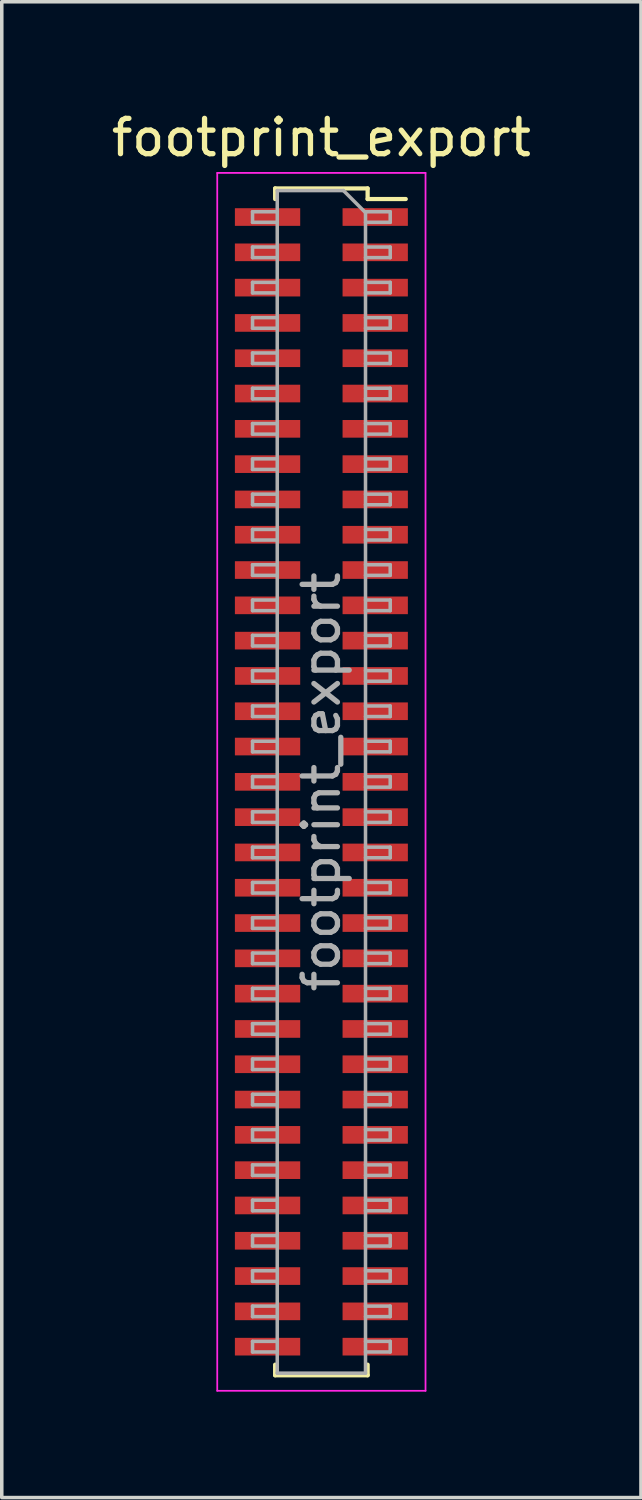
<source format=kicad_pcb>
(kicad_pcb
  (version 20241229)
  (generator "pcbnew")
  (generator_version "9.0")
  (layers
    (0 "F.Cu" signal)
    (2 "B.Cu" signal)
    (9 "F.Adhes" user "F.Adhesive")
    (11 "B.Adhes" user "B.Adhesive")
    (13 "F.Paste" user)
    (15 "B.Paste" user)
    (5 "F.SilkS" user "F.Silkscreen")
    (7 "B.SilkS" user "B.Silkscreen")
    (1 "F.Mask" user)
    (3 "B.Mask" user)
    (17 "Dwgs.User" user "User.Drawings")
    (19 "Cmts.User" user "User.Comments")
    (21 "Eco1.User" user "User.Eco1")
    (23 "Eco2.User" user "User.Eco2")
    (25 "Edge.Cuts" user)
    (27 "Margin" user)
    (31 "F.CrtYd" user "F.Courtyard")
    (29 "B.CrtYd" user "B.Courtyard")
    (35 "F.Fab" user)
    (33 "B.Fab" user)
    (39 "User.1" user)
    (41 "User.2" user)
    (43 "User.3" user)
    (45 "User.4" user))
  (footprint "footprint_export"
    (layer "F.Cu")
    (at 6.054 19.098)
    (property "Reference" "footprint_export" (at 0 -18.25 0) (layer "F.SilkS") (effects (font (size 1 1) (thickness 0.15))))
    (attr smd)
    (fp_line (start -1.31 -16.81) (end -1.31 -16.51) (stroke (width 0.12) (type solid)) (layer "F.SilkS"))
    (fp_line (start -1.31 -16.81) (end 1.31 -16.81) (stroke (width 0.12) (type solid)) (layer "F.SilkS"))
    (fp_line (start -1.31 16.51) (end -1.31 16.81) (stroke (width 0.12) (type solid)) (layer "F.SilkS"))
    (fp_line (start -1.31 16.81) (end 1.31 16.81) (stroke (width 0.12) (type solid)) (layer "F.SilkS"))
    (fp_line (start 1.31 -16.81) (end 1.31 -16.51) (stroke (width 0.12) (type solid)) (layer "F.SilkS"))
    (fp_line (start 1.31 -16.51) (end 2.39 -16.51) (stroke (width 0.12) (type solid)) (layer "F.SilkS"))
    (fp_line (start 1.31 16.51) (end 1.31 16.81) (stroke (width 0.12) (type solid)) (layer "F.SilkS"))
    (fp_line (start -2.95 -17.25) (end 2.95 -17.25) (stroke (width 0.05) (type solid)) (layer "F.CrtYd"))
    (fp_line (start -2.95 17.25) (end -2.95 -17.25) (stroke (width 0.05) (type solid)) (layer "F.CrtYd"))
    (fp_line (start 2.95 -17.25) (end 2.95 17.25) (stroke (width 0.05) (type solid)) (layer "F.CrtYd"))
    (fp_line (start 2.95 17.25) (end -2.95 17.25) (stroke (width 0.05) (type solid)) (layer "F.CrtYd"))
    (fp_line (start -1.95 -16.15) (end -1.25 -16.15) (stroke (width 0.1) (type solid)) (layer "F.Fab"))
    (fp_line (start -1.95 -15.85) (end -1.95 -16.15) (stroke (width 0.1) (type solid)) (layer "F.Fab"))
    (fp_line (start -1.95 -15.15) (end -1.25 -15.15) (stroke (width 0.1) (type solid)) (layer "F.Fab"))
    (fp_line (start -1.95 -14.85) (end -1.95 -15.15) (stroke (width 0.1) (type solid)) (layer "F.Fab"))
    (fp_line (start -1.95 -14.15) (end -1.25 -14.15) (stroke (width 0.1) (type solid)) (layer "F.Fab"))
    (fp_line (start -1.95 -13.85) (end -1.95 -14.15) (stroke (width 0.1) (type solid)) (layer "F.Fab"))
    (fp_line (start -1.95 -13.15) (end -1.25 -13.15) (stroke (width 0.1) (type solid)) (layer "F.Fab"))
    (fp_line (start -1.95 -12.85) (end -1.95 -13.15) (stroke (width 0.1) (type solid)) (layer "F.Fab"))
    (fp_line (start -1.95 -12.15) (end -1.25 -12.15) (stroke (width 0.1) (type solid)) (layer "F.Fab"))
    (fp_line (start -1.95 -11.85) (end -1.95 -12.15) (stroke (width 0.1) (type solid)) (layer "F.Fab"))
    (fp_line (start -1.95 -11.15) (end -1.25 -11.15) (stroke (width 0.1) (type solid)) (layer "F.Fab"))
    (fp_line (start -1.95 -10.85) (end -1.95 -11.15) (stroke (width 0.1) (type solid)) (layer "F.Fab"))
    (fp_line (start -1.95 -10.15) (end -1.25 -10.15) (stroke (width 0.1) (type solid)) (layer "F.Fab"))
    (fp_line (start -1.95 -9.85) (end -1.95 -10.15) (stroke (width 0.1) (type solid)) (layer "F.Fab"))
    (fp_line (start -1.95 -9.15) (end -1.25 -9.15) (stroke (width 0.1) (type solid)) (layer "F.Fab"))
    (fp_line (start -1.95 -8.85) (end -1.95 -9.15) (stroke (width 0.1) (type solid)) (layer "F.Fab"))
    (fp_line (start -1.95 -8.15) (end -1.25 -8.15) (stroke (width 0.1) (type solid)) (layer "F.Fab"))
    (fp_line (start -1.95 -7.85) (end -1.95 -8.15) (stroke (width 0.1) (type solid)) (layer "F.Fab"))
    (fp_line (start -1.95 -7.15) (end -1.25 -7.15) (stroke (width 0.1) (type solid)) (layer "F.Fab"))
    (fp_line (start -1.95 -6.85) (end -1.95 -7.15) (stroke (width 0.1) (type solid)) (layer "F.Fab"))
    (fp_line (start -1.95 -6.15) (end -1.25 -6.15) (stroke (width 0.1) (type solid)) (layer "F.Fab"))
    (fp_line (start -1.95 -5.85) (end -1.95 -6.15) (stroke (width 0.1) (type solid)) (layer "F.Fab"))
    (fp_line (start -1.95 -5.15) (end -1.25 -5.15) (stroke (width 0.1) (type solid)) (layer "F.Fab"))
    (fp_line (start -1.95 -4.85) (end -1.95 -5.15) (stroke (width 0.1) (type solid)) (layer "F.Fab"))
    (fp_line (start -1.95 -4.15) (end -1.25 -4.15) (stroke (width 0.1) (type solid)) (layer "F.Fab"))
    (fp_line (start -1.95 -3.85) (end -1.95 -4.15) (stroke (width 0.1) (type solid)) (layer "F.Fab"))
    (fp_line (start -1.95 -3.15) (end -1.25 -3.15) (stroke (width 0.1) (type solid)) (layer "F.Fab"))
    (fp_line (start -1.95 -2.85) (end -1.95 -3.15) (stroke (width 0.1) (type solid)) (layer "F.Fab"))
    (fp_line (start -1.95 -2.15) (end -1.25 -2.15) (stroke (width 0.1) (type solid)) (layer "F.Fab"))
    (fp_line (start -1.95 -1.85) (end -1.95 -2.15) (stroke (width 0.1) (type solid)) (layer "F.Fab"))
    (fp_line (start -1.95 -1.15) (end -1.25 -1.15) (stroke (width 0.1) (type solid)) (layer "F.Fab"))
    (fp_line (start -1.95 -0.85) (end -1.95 -1.15) (stroke (width 0.1) (type solid)) (layer "F.Fab"))
    (fp_line (start -1.95 -0.15) (end -1.25 -0.15) (stroke (width 0.1) (type solid)) (layer "F.Fab"))
    (fp_line (start -1.95 0.15) (end -1.95 -0.15) (stroke (width 0.1) (type solid)) (layer "F.Fab"))
    (fp_line (start -1.95 0.85) (end -1.25 0.85) (stroke (width 0.1) (type solid)) (layer "F.Fab"))
    (fp_line (start -1.95 1.15) (end -1.95 0.85) (stroke (width 0.1) (type solid)) (layer "F.Fab"))
    (fp_line (start -1.95 1.85) (end -1.25 1.85) (stroke (width 0.1) (type solid)) (layer "F.Fab"))
    (fp_line (start -1.95 2.15) (end -1.95 1.85) (stroke (width 0.1) (type solid)) (layer "F.Fab"))
    (fp_line (start -1.95 2.85) (end -1.25 2.85) (stroke (width 0.1) (type solid)) (layer "F.Fab"))
    (fp_line (start -1.95 3.15) (end -1.95 2.85) (stroke (width 0.1) (type solid)) (layer "F.Fab"))
    (fp_line (start -1.95 3.85) (end -1.25 3.85) (stroke (width 0.1) (type solid)) (layer "F.Fab"))
    (fp_line (start -1.95 4.15) (end -1.95 3.85) (stroke (width 0.1) (type solid)) (layer "F.Fab"))
    (fp_line (start -1.95 4.85) (end -1.25 4.85) (stroke (width 0.1) (type solid)) (layer "F.Fab"))
    (fp_line (start -1.95 5.15) (end -1.95 4.85) (stroke (width 0.1) (type solid)) (layer "F.Fab"))
    (fp_line (start -1.95 5.85) (end -1.25 5.85) (stroke (width 0.1) (type solid)) (layer "F.Fab"))
    (fp_line (start -1.95 6.15) (end -1.95 5.85) (stroke (width 0.1) (type solid)) (layer "F.Fab"))
    (fp_line (start -1.95 6.85) (end -1.25 6.85) (stroke (width 0.1) (type solid)) (layer "F.Fab"))
    (fp_line (start -1.95 7.15) (end -1.95 6.85) (stroke (width 0.1) (type solid)) (layer "F.Fab"))
    (fp_line (start -1.95 7.85) (end -1.25 7.85) (stroke (width 0.1) (type solid)) (layer "F.Fab"))
    (fp_line (start -1.95 8.15) (end -1.95 7.85) (stroke (width 0.1) (type solid)) (layer "F.Fab"))
    (fp_line (start -1.95 8.85) (end -1.25 8.85) (stroke (width 0.1) (type solid)) (layer "F.Fab"))
    (fp_line (start -1.95 9.15) (end -1.95 8.85) (stroke (width 0.1) (type solid)) (layer "F.Fab"))
    (fp_line (start -1.95 9.85) (end -1.25 9.85) (stroke (width 0.1) (type solid)) (layer "F.Fab"))
    (fp_line (start -1.95 10.15) (end -1.95 9.85) (stroke (width 0.1) (type solid)) (layer "F.Fab"))
    (fp_line (start -1.95 10.85) (end -1.25 10.85) (stroke (width 0.1) (type solid)) (layer "F.Fab"))
    (fp_line (start -1.95 11.15) (end -1.95 10.85) (stroke (width 0.1) (type solid)) (layer "F.Fab"))
    (fp_line (start -1.95 11.85) (end -1.25 11.85) (stroke (width 0.1) (type solid)) (layer "F.Fab"))
    (fp_line (start -1.95 12.15) (end -1.95 11.85) (stroke (width 0.1) (type solid)) (layer "F.Fab"))
    (fp_line (start -1.95 12.85) (end -1.25 12.85) (stroke (width 0.1) (type solid)) (layer "F.Fab"))
    (fp_line (start -1.95 13.15) (end -1.95 12.85) (stroke (width 0.1) (type solid)) (layer "F.Fab"))
    (fp_line (start -1.95 13.85) (end -1.25 13.85) (stroke (width 0.1) (type solid)) (layer "F.Fab"))
    (fp_line (start -1.95 14.15) (end -1.95 13.85) (stroke (width 0.1) (type solid)) (layer "F.Fab"))
    (fp_line (start -1.95 14.85) (end -1.25 14.85) (stroke (width 0.1) (type solid)) (layer "F.Fab"))
    (fp_line (start -1.95 15.15) (end -1.95 14.85) (stroke (width 0.1) (type solid)) (layer "F.Fab"))
    (fp_line (start -1.95 15.85) (end -1.25 15.85) (stroke (width 0.1) (type solid)) (layer "F.Fab"))
    (fp_line (start -1.95 16.15) (end -1.95 15.85) (stroke (width 0.1) (type solid)) (layer "F.Fab"))
    (fp_line (start -1.25 -16.75) (end 0.625 -16.75) (stroke (width 0.1) (type solid)) (layer "F.Fab"))
    (fp_line (start -1.25 -15.85) (end -1.95 -15.85) (stroke (width 0.1) (type solid)) (layer "F.Fab"))
    (fp_line (start -1.25 -14.85) (end -1.95 -14.85) (stroke (width 0.1) (type solid)) (layer "F.Fab"))
    (fp_line (start -1.25 -13.85) (end -1.95 -13.85) (stroke (width 0.1) (type solid)) (layer "F.Fab"))
    (fp_line (start -1.25 -12.85) (end -1.95 -12.85) (stroke (width 0.1) (type solid)) (layer "F.Fab"))
    (fp_line (start -1.25 -11.85) (end -1.95 -11.85) (stroke (width 0.1) (type solid)) (layer "F.Fab"))
    (fp_line (start -1.25 -10.85) (end -1.95 -10.85) (stroke (width 0.1) (type solid)) (layer "F.Fab"))
    (fp_line (start -1.25 -9.85) (end -1.95 -9.85) (stroke (width 0.1) (type solid)) (layer "F.Fab"))
    (fp_line (start -1.25 -8.85) (end -1.95 -8.85) (stroke (width 0.1) (type solid)) (layer "F.Fab"))
    (fp_line (start -1.25 -7.85) (end -1.95 -7.85) (stroke (width 0.1) (type solid)) (layer "F.Fab"))
    (fp_line (start -1.25 -6.85) (end -1.95 -6.85) (stroke (width 0.1) (type solid)) (layer "F.Fab"))
    (fp_line (start -1.25 -5.85) (end -1.95 -5.85) (stroke (width 0.1) (type solid)) (layer "F.Fab"))
    (fp_line (start -1.25 -4.85) (end -1.95 -4.85) (stroke (width 0.1) (type solid)) (layer "F.Fab"))
    (fp_line (start -1.25 -3.85) (end -1.95 -3.85) (stroke (width 0.1) (type solid)) (layer "F.Fab"))
    (fp_line (start -1.25 -2.85) (end -1.95 -2.85) (stroke (width 0.1) (type solid)) (layer "F.Fab"))
    (fp_line (start -1.25 -1.85) (end -1.95 -1.85) (stroke (width 0.1) (type solid)) (layer "F.Fab"))
    (fp_line (start -1.25 -0.85) (end -1.95 -0.85) (stroke (width 0.1) (type solid)) (layer "F.Fab"))
    (fp_line (start -1.25 0.15) (end -1.95 0.15) (stroke (width 0.1) (type solid)) (layer "F.Fab"))
    (fp_line (start -1.25 1.15) (end -1.95 1.15) (stroke (width 0.1) (type solid)) (layer "F.Fab"))
    (fp_line (start -1.25 2.15) (end -1.95 2.15) (stroke (width 0.1) (type solid)) (layer "F.Fab"))
    (fp_line (start -1.25 3.15) (end -1.95 3.15) (stroke (width 0.1) (type solid)) (layer "F.Fab"))
    (fp_line (start -1.25 4.15) (end -1.95 4.15) (stroke (width 0.1) (type solid)) (layer "F.Fab"))
    (fp_line (start -1.25 5.15) (end -1.95 5.15) (stroke (width 0.1) (type solid)) (layer "F.Fab"))
    (fp_line (start -1.25 6.15) (end -1.95 6.15) (stroke (width 0.1) (type solid)) (layer "F.Fab"))
    (fp_line (start -1.25 7.15) (end -1.95 7.15) (stroke (width 0.1) (type solid)) (layer "F.Fab"))
    (fp_line (start -1.25 8.15) (end -1.95 8.15) (stroke (width 0.1) (type solid)) (layer "F.Fab"))
    (fp_line (start -1.25 9.15) (end -1.95 9.15) (stroke (width 0.1) (type solid)) (layer "F.Fab"))
    (fp_line (start -1.25 10.15) (end -1.95 10.15) (stroke (width 0.1) (type solid)) (layer "F.Fab"))
    (fp_line (start -1.25 11.15) (end -1.95 11.15) (stroke (width 0.1) (type solid)) (layer "F.Fab"))
    (fp_line (start -1.25 12.15) (end -1.95 12.15) (stroke (width 0.1) (type solid)) (layer "F.Fab"))
    (fp_line (start -1.25 13.15) (end -1.95 13.15) (stroke (width 0.1) (type solid)) (layer "F.Fab"))
    (fp_line (start -1.25 14.15) (end -1.95 14.15) (stroke (width 0.1) (type solid)) (layer "F.Fab"))
    (fp_line (start -1.25 15.15) (end -1.95 15.15) (stroke (width 0.1) (type solid)) (layer "F.Fab"))
    (fp_line (start -1.25 16.15) (end -1.95 16.15) (stroke (width 0.1) (type solid)) (layer "F.Fab"))
    (fp_line (start -1.25 16.75) (end -1.25 -16.75) (stroke (width 0.1) (type solid)) (layer "F.Fab"))
    (fp_line (start 0.625 -16.75) (end 1.25 -16.125) (stroke (width 0.1) (type solid)) (layer "F.Fab"))
    (fp_line (start 1.25 -16.15) (end 1.95 -16.15) (stroke (width 0.1) (type solid)) (layer "F.Fab"))
    (fp_line (start 1.25 -16.125) (end 1.25 16.75) (stroke (width 0.1) (type solid)) (layer "F.Fab"))
    (fp_line (start 1.25 -15.15) (end 1.95 -15.15) (stroke (width 0.1) (type solid)) (layer "F.Fab"))
    (fp_line (start 1.25 -14.15) (end 1.95 -14.15) (stroke (width 0.1) (type solid)) (layer "F.Fab"))
    (fp_line (start 1.25 -13.15) (end 1.95 -13.15) (stroke (width 0.1) (type solid)) (layer "F.Fab"))
    (fp_line (start 1.25 -12.15) (end 1.95 -12.15) (stroke (width 0.1) (type solid)) (layer "F.Fab"))
    (fp_line (start 1.25 -11.15) (end 1.95 -11.15) (stroke (width 0.1) (type solid)) (layer "F.Fab"))
    (fp_line (start 1.25 -10.15) (end 1.95 -10.15) (stroke (width 0.1) (type solid)) (layer "F.Fab"))
    (fp_line (start 1.25 -9.15) (end 1.95 -9.15) (stroke (width 0.1) (type solid)) (layer "F.Fab"))
    (fp_line (start 1.25 -8.15) (end 1.95 -8.15) (stroke (width 0.1) (type solid)) (layer "F.Fab"))
    (fp_line (start 1.25 -7.15) (end 1.95 -7.15) (stroke (width 0.1) (type solid)) (layer "F.Fab"))
    (fp_line (start 1.25 -6.15) (end 1.95 -6.15) (stroke (width 0.1) (type solid)) (layer "F.Fab"))
    (fp_line (start 1.25 -5.15) (end 1.95 -5.15) (stroke (width 0.1) (type solid)) (layer "F.Fab"))
    (fp_line (start 1.25 -4.15) (end 1.95 -4.15) (stroke (width 0.1) (type solid)) (layer "F.Fab"))
    (fp_line (start 1.25 -3.15) (end 1.95 -3.15) (stroke (width 0.1) (type solid)) (layer "F.Fab"))
    (fp_line (start 1.25 -2.15) (end 1.95 -2.15) (stroke (width 0.1) (type solid)) (layer "F.Fab"))
    (fp_line (start 1.25 -1.15) (end 1.95 -1.15) (stroke (width 0.1) (type solid)) (layer "F.Fab"))
    (fp_line (start 1.25 -0.15) (end 1.95 -0.15) (stroke (width 0.1) (type solid)) (layer "F.Fab"))
    (fp_line (start 1.25 0.85) (end 1.95 0.85) (stroke (width 0.1) (type solid)) (layer "F.Fab"))
    (fp_line (start 1.25 1.85) (end 1.95 1.85) (stroke (width 0.1) (type solid)) (layer "F.Fab"))
    (fp_line (start 1.25 2.85) (end 1.95 2.85) (stroke (width 0.1) (type solid)) (layer "F.Fab"))
    (fp_line (start 1.25 3.85) (end 1.95 3.85) (stroke (width 0.1) (type solid)) (layer "F.Fab"))
    (fp_line (start 1.25 4.85) (end 1.95 4.85) (stroke (width 0.1) (type solid)) (layer "F.Fab"))
    (fp_line (start 1.25 5.85) (end 1.95 5.85) (stroke (width 0.1) (type solid)) (layer "F.Fab"))
    (fp_line (start 1.25 6.85) (end 1.95 6.85) (stroke (width 0.1) (type solid)) (layer "F.Fab"))
    (fp_line (start 1.25 7.85) (end 1.95 7.85) (stroke (width 0.1) (type solid)) (layer "F.Fab"))
    (fp_line (start 1.25 8.85) (end 1.95 8.85) (stroke (width 0.1) (type solid)) (layer "F.Fab"))
    (fp_line (start 1.25 9.85) (end 1.95 9.85) (stroke (width 0.1) (type solid)) (layer "F.Fab"))
    (fp_line (start 1.25 10.85) (end 1.95 10.85) (stroke (width 0.1) (type solid)) (layer "F.Fab"))
    (fp_line (start 1.25 11.85) (end 1.95 11.85) (stroke (width 0.1) (type solid)) (layer "F.Fab"))
    (fp_line (start 1.25 12.85) (end 1.95 12.85) (stroke (width 0.1) (type solid)) (layer "F.Fab"))
    (fp_line (start 1.25 13.85) (end 1.95 13.85) (stroke (width 0.1) (type solid)) (layer "F.Fab"))
    (fp_line (start 1.25 14.85) (end 1.95 14.85) (stroke (width 0.1) (type solid)) (layer "F.Fab"))
    (fp_line (start 1.25 15.85) (end 1.95 15.85) (stroke (width 0.1) (type solid)) (layer "F.Fab"))
    (fp_line (start 1.25 16.75) (end -1.25 16.75) (stroke (width 0.1) (type solid)) (layer "F.Fab"))
    (fp_line (start 1.95 -16.15) (end 1.95 -15.85) (stroke (width 0.1) (type solid)) (layer "F.Fab"))
    (fp_line (start 1.95 -15.85) (end 1.25 -15.85) (stroke (width 0.1) (type solid)) (layer "F.Fab"))
    (fp_line (start 1.95 -15.15) (end 1.95 -14.85) (stroke (width 0.1) (type solid)) (layer "F.Fab"))
    (fp_line (start 1.95 -14.85) (end 1.25 -14.85) (stroke (width 0.1) (type solid)) (layer "F.Fab"))
    (fp_line (start 1.95 -14.15) (end 1.95 -13.85) (stroke (width 0.1) (type solid)) (layer "F.Fab"))
    (fp_line (start 1.95 -13.85) (end 1.25 -13.85) (stroke (width 0.1) (type solid)) (layer "F.Fab"))
    (fp_line (start 1.95 -13.15) (end 1.95 -12.85) (stroke (width 0.1) (type solid)) (layer "F.Fab"))
    (fp_line (start 1.95 -12.85) (end 1.25 -12.85) (stroke (width 0.1) (type solid)) (layer "F.Fab"))
    (fp_line (start 1.95 -12.15) (end 1.95 -11.85) (stroke (width 0.1) (type solid)) (layer "F.Fab"))
    (fp_line (start 1.95 -11.85) (end 1.25 -11.85) (stroke (width 0.1) (type solid)) (layer "F.Fab"))
    (fp_line (start 1.95 -11.15) (end 1.95 -10.85) (stroke (width 0.1) (type solid)) (layer "F.Fab"))
    (fp_line (start 1.95 -10.85) (end 1.25 -10.85) (stroke (width 0.1) (type solid)) (layer "F.Fab"))
    (fp_line (start 1.95 -10.15) (end 1.95 -9.85) (stroke (width 0.1) (type solid)) (layer "F.Fab"))
    (fp_line (start 1.95 -9.85) (end 1.25 -9.85) (stroke (width 0.1) (type solid)) (layer "F.Fab"))
    (fp_line (start 1.95 -9.15) (end 1.95 -8.85) (stroke (width 0.1) (type solid)) (layer "F.Fab"))
    (fp_line (start 1.95 -8.85) (end 1.25 -8.85) (stroke (width 0.1) (type solid)) (layer "F.Fab"))
    (fp_line (start 1.95 -8.15) (end 1.95 -7.85) (stroke (width 0.1) (type solid)) (layer "F.Fab"))
    (fp_line (start 1.95 -7.85) (end 1.25 -7.85) (stroke (width 0.1) (type solid)) (layer "F.Fab"))
    (fp_line (start 1.95 -7.15) (end 1.95 -6.85) (stroke (width 0.1) (type solid)) (layer "F.Fab"))
    (fp_line (start 1.95 -6.85) (end 1.25 -6.85) (stroke (width 0.1) (type solid)) (layer "F.Fab"))
    (fp_line (start 1.95 -6.15) (end 1.95 -5.85) (stroke (width 0.1) (type solid)) (layer "F.Fab"))
    (fp_line (start 1.95 -5.85) (end 1.25 -5.85) (stroke (width 0.1) (type solid)) (layer "F.Fab"))
    (fp_line (start 1.95 -5.15) (end 1.95 -4.85) (stroke (width 0.1) (type solid)) (layer "F.Fab"))
    (fp_line (start 1.95 -4.85) (end 1.25 -4.85) (stroke (width 0.1) (type solid)) (layer "F.Fab"))
    (fp_line (start 1.95 -4.15) (end 1.95 -3.85) (stroke (width 0.1) (type solid)) (layer "F.Fab"))
    (fp_line (start 1.95 -3.85) (end 1.25 -3.85) (stroke (width 0.1) (type solid)) (layer "F.Fab"))
    (fp_line (start 1.95 -3.15) (end 1.95 -2.85) (stroke (width 0.1) (type solid)) (layer "F.Fab"))
    (fp_line (start 1.95 -2.85) (end 1.25 -2.85) (stroke (width 0.1) (type solid)) (layer "F.Fab"))
    (fp_line (start 1.95 -2.15) (end 1.95 -1.85) (stroke (width 0.1) (type solid)) (layer "F.Fab"))
    (fp_line (start 1.95 -1.85) (end 1.25 -1.85) (stroke (width 0.1) (type solid)) (layer "F.Fab"))
    (fp_line (start 1.95 -1.15) (end 1.95 -0.85) (stroke (width 0.1) (type solid)) (layer "F.Fab"))
    (fp_line (start 1.95 -0.85) (end 1.25 -0.85) (stroke (width 0.1) (type solid)) (layer "F.Fab"))
    (fp_line (start 1.95 -0.15) (end 1.95 0.15) (stroke (width 0.1) (type solid)) (layer "F.Fab"))
    (fp_line (start 1.95 0.15) (end 1.25 0.15) (stroke (width 0.1) (type solid)) (layer "F.Fab"))
    (fp_line (start 1.95 0.85) (end 1.95 1.15) (stroke (width 0.1) (type solid)) (layer "F.Fab"))
    (fp_line (start 1.95 1.15) (end 1.25 1.15) (stroke (width 0.1) (type solid)) (layer "F.Fab"))
    (fp_line (start 1.95 1.85) (end 1.95 2.15) (stroke (width 0.1) (type solid)) (layer "F.Fab"))
    (fp_line (start 1.95 2.15) (end 1.25 2.15) (stroke (width 0.1) (type solid)) (layer "F.Fab"))
    (fp_line (start 1.95 2.85) (end 1.95 3.15) (stroke (width 0.1) (type solid)) (layer "F.Fab"))
    (fp_line (start 1.95 3.15) (end 1.25 3.15) (stroke (width 0.1) (type solid)) (layer "F.Fab"))
    (fp_line (start 1.95 3.85) (end 1.95 4.15) (stroke (width 0.1) (type solid)) (layer "F.Fab"))
    (fp_line (start 1.95 4.15) (end 1.25 4.15) (stroke (width 0.1) (type solid)) (layer "F.Fab"))
    (fp_line (start 1.95 4.85) (end 1.95 5.15) (stroke (width 0.1) (type solid)) (layer "F.Fab"))
    (fp_line (start 1.95 5.15) (end 1.25 5.15) (stroke (width 0.1) (type solid)) (layer "F.Fab"))
    (fp_line (start 1.95 5.85) (end 1.95 6.15) (stroke (width 0.1) (type solid)) (layer "F.Fab"))
    (fp_line (start 1.95 6.15) (end 1.25 6.15) (stroke (width 0.1) (type solid)) (layer "F.Fab"))
    (fp_line (start 1.95 6.85) (end 1.95 7.15) (stroke (width 0.1) (type solid)) (layer "F.Fab"))
    (fp_line (start 1.95 7.15) (end 1.25 7.15) (stroke (width 0.1) (type solid)) (layer "F.Fab"))
    (fp_line (start 1.95 7.85) (end 1.95 8.15) (stroke (width 0.1) (type solid)) (layer "F.Fab"))
    (fp_line (start 1.95 8.15) (end 1.25 8.15) (stroke (width 0.1) (type solid)) (layer "F.Fab"))
    (fp_line (start 1.95 8.85) (end 1.95 9.15) (stroke (width 0.1) (type solid)) (layer "F.Fab"))
    (fp_line (start 1.95 9.15) (end 1.25 9.15) (stroke (width 0.1) (type solid)) (layer "F.Fab"))
    (fp_line (start 1.95 9.85) (end 1.95 10.15) (stroke (width 0.1) (type solid)) (layer "F.Fab"))
    (fp_line (start 1.95 10.15) (end 1.25 10.15) (stroke (width 0.1) (type solid)) (layer "F.Fab"))
    (fp_line (start 1.95 10.85) (end 1.95 11.15) (stroke (width 0.1) (type solid)) (layer "F.Fab"))
    (fp_line (start 1.95 11.15) (end 1.25 11.15) (stroke (width 0.1) (type solid)) (layer "F.Fab"))
    (fp_line (start 1.95 11.85) (end 1.95 12.15) (stroke (width 0.1) (type solid)) (layer "F.Fab"))
    (fp_line (start 1.95 12.15) (end 1.25 12.15) (stroke (width 0.1) (type solid)) (layer "F.Fab"))
    (fp_line (start 1.95 12.85) (end 1.95 13.15) (stroke (width 0.1) (type solid)) (layer "F.Fab"))
    (fp_line (start 1.95 13.15) (end 1.25 13.15) (stroke (width 0.1) (type solid)) (layer "F.Fab"))
    (fp_line (start 1.95 13.85) (end 1.95 14.15) (stroke (width 0.1) (type solid)) (layer "F.Fab"))
    (fp_line (start 1.95 14.15) (end 1.25 14.15) (stroke (width 0.1) (type solid)) (layer "F.Fab"))
    (fp_line (start 1.95 14.85) (end 1.95 15.15) (stroke (width 0.1) (type solid)) (layer "F.Fab"))
    (fp_line (start 1.95 15.15) (end 1.25 15.15) (stroke (width 0.1) (type solid)) (layer "F.Fab"))
    (fp_line (start 1.95 15.85) (end 1.95 16.15) (stroke (width 0.1) (type solid)) (layer "F.Fab"))
    (fp_line (start 1.95 16.15) (end 1.25 16.15) (stroke (width 0.1) (type solid)) (layer "F.Fab"))
    (fp_text user "${REFERENCE}" (at 0 0 90) (layer "F.Fab") (effects (font (size 1 1) (thickness 0.15))))
    (pad "1" smd rect (at 1.525 -16) (size 1.85 0.5) (layers "F.Cu" "F.Mask" "F.Paste"))
    (pad "2" smd rect (at -1.525 -16) (size 1.85 0.5) (layers "F.Cu" "F.Mask" "F.Paste"))
    (pad "3" smd rect (at 1.525 -15) (size 1.85 0.5) (layers "F.Cu" "F.Mask" "F.Paste"))
    (pad "4" smd rect (at -1.525 -15) (size 1.85 0.5) (layers "F.Cu" "F.Mask" "F.Paste"))
    (pad "5" smd rect (at 1.525 -14) (size 1.85 0.5) (layers "F.Cu" "F.Mask" "F.Paste"))
    (pad "6" smd rect (at -1.525 -14) (size 1.85 0.5) (layers "F.Cu" "F.Mask" "F.Paste"))
    (pad "7" smd rect (at 1.525 -13) (size 1.85 0.5) (layers "F.Cu" "F.Mask" "F.Paste"))
    (pad "8" smd rect (at -1.525 -13) (size 1.85 0.5) (layers "F.Cu" "F.Mask" "F.Paste"))
    (pad "9" smd rect (at 1.525 -12) (size 1.85 0.5) (layers "F.Cu" "F.Mask" "F.Paste"))
    (pad "10" smd rect (at -1.525 -12) (size 1.85 0.5) (layers "F.Cu" "F.Mask" "F.Paste"))
    (pad "11" smd rect (at 1.525 -11) (size 1.85 0.5) (layers "F.Cu" "F.Mask" "F.Paste"))
    (pad "12" smd rect (at -1.525 -11) (size 1.85 0.5) (layers "F.Cu" "F.Mask" "F.Paste"))
    (pad "13" smd rect (at 1.525 -10) (size 1.85 0.5) (layers "F.Cu" "F.Mask" "F.Paste"))
    (pad "14" smd rect (at -1.525 -10) (size 1.85 0.5) (layers "F.Cu" "F.Mask" "F.Paste"))
    (pad "15" smd rect (at 1.525 -9) (size 1.85 0.5) (layers "F.Cu" "F.Mask" "F.Paste"))
    (pad "16" smd rect (at -1.525 -9) (size 1.85 0.5) (layers "F.Cu" "F.Mask" "F.Paste"))
    (pad "17" smd rect (at 1.525 -8) (size 1.85 0.5) (layers "F.Cu" "F.Mask" "F.Paste"))
    (pad "18" smd rect (at -1.525 -8) (size 1.85 0.5) (layers "F.Cu" "F.Mask" "F.Paste"))
    (pad "19" smd rect (at 1.525 -7) (size 1.85 0.5) (layers "F.Cu" "F.Mask" "F.Paste"))
    (pad "20" smd rect (at -1.525 -7) (size 1.85 0.5) (layers "F.Cu" "F.Mask" "F.Paste"))
    (pad "21" smd rect (at 1.525 -6) (size 1.85 0.5) (layers "F.Cu" "F.Mask" "F.Paste"))
    (pad "22" smd rect (at -1.525 -6) (size 1.85 0.5) (layers "F.Cu" "F.Mask" "F.Paste"))
    (pad "23" smd rect (at 1.525 -5) (size 1.85 0.5) (layers "F.Cu" "F.Mask" "F.Paste"))
    (pad "24" smd rect (at -1.525 -5) (size 1.85 0.5) (layers "F.Cu" "F.Mask" "F.Paste"))
    (pad "25" smd rect (at 1.525 -4) (size 1.85 0.5) (layers "F.Cu" "F.Mask" "F.Paste"))
    (pad "26" smd rect (at -1.525 -4) (size 1.85 0.5) (layers "F.Cu" "F.Mask" "F.Paste"))
    (pad "27" smd rect (at 1.525 -3) (size 1.85 0.5) (layers "F.Cu" "F.Mask" "F.Paste"))
    (pad "28" smd rect (at -1.525 -3) (size 1.85 0.5) (layers "F.Cu" "F.Mask" "F.Paste"))
    (pad "29" smd rect (at 1.525 -2) (size 1.85 0.5) (layers "F.Cu" "F.Mask" "F.Paste"))
    (pad "30" smd rect (at -1.525 -2) (size 1.85 0.5) (layers "F.Cu" "F.Mask" "F.Paste"))
    (pad "31" smd rect (at 1.525 -1) (size 1.85 0.5) (layers "F.Cu" "F.Mask" "F.Paste"))
    (pad "32" smd rect (at -1.525 -1) (size 1.85 0.5) (layers "F.Cu" "F.Mask" "F.Paste"))
    (pad "33" smd rect (at 1.525 0) (size 1.85 0.5) (layers "F.Cu" "F.Mask" "F.Paste"))
    (pad "34" smd rect (at -1.525 0) (size 1.85 0.5) (layers "F.Cu" "F.Mask" "F.Paste"))
    (pad "35" smd rect (at 1.525 1) (size 1.85 0.5) (layers "F.Cu" "F.Mask" "F.Paste"))
    (pad "36" smd rect (at -1.525 1) (size 1.85 0.5) (layers "F.Cu" "F.Mask" "F.Paste"))
    (pad "37" smd rect (at 1.525 2) (size 1.85 0.5) (layers "F.Cu" "F.Mask" "F.Paste"))
    (pad "38" smd rect (at -1.525 2) (size 1.85 0.5) (layers "F.Cu" "F.Mask" "F.Paste"))
    (pad "39" smd rect (at 1.525 3) (size 1.85 0.5) (layers "F.Cu" "F.Mask" "F.Paste"))
    (pad "40" smd rect (at -1.525 3) (size 1.85 0.5) (layers "F.Cu" "F.Mask" "F.Paste"))
    (pad "41" smd rect (at 1.525 4) (size 1.85 0.5) (layers "F.Cu" "F.Mask" "F.Paste"))
    (pad "42" smd rect (at -1.525 4) (size 1.85 0.5) (layers "F.Cu" "F.Mask" "F.Paste"))
    (pad "43" smd rect (at 1.525 5) (size 1.85 0.5) (layers "F.Cu" "F.Mask" "F.Paste"))
    (pad "44" smd rect (at -1.525 5) (size 1.85 0.5) (layers "F.Cu" "F.Mask" "F.Paste"))
    (pad "45" smd rect (at 1.525 6) (size 1.85 0.5) (layers "F.Cu" "F.Mask" "F.Paste"))
    (pad "46" smd rect (at -1.525 6) (size 1.85 0.5) (layers "F.Cu" "F.Mask" "F.Paste"))
    (pad "47" smd rect (at 1.525 7) (size 1.85 0.5) (layers "F.Cu" "F.Mask" "F.Paste"))
    (pad "48" smd rect (at -1.525 7) (size 1.85 0.5) (layers "F.Cu" "F.Mask" "F.Paste"))
    (pad "49" smd rect (at 1.525 8) (size 1.85 0.5) (layers "F.Cu" "F.Mask" "F.Paste"))
    (pad "50" smd rect (at -1.525 8) (size 1.85 0.5) (layers "F.Cu" "F.Mask" "F.Paste"))
    (pad "51" smd rect (at 1.525 9) (size 1.85 0.5) (layers "F.Cu" "F.Mask" "F.Paste"))
    (pad "52" smd rect (at -1.525 9) (size 1.85 0.5) (layers "F.Cu" "F.Mask" "F.Paste"))
    (pad "53" smd rect (at 1.525 10) (size 1.85 0.5) (layers "F.Cu" "F.Mask" "F.Paste"))
    (pad "54" smd rect (at -1.525 10) (size 1.85 0.5) (layers "F.Cu" "F.Mask" "F.Paste"))
    (pad "55" smd rect (at 1.525 11) (size 1.85 0.5) (layers "F.Cu" "F.Mask" "F.Paste"))
    (pad "56" smd rect (at -1.525 11) (size 1.85 0.5) (layers "F.Cu" "F.Mask" "F.Paste"))
    (pad "57" smd rect (at 1.525 12) (size 1.85 0.5) (layers "F.Cu" "F.Mask" "F.Paste"))
    (pad "58" smd rect (at -1.525 12) (size 1.85 0.5) (layers "F.Cu" "F.Mask" "F.Paste"))
    (pad "59" smd rect (at 1.525 13) (size 1.85 0.5) (layers "F.Cu" "F.Mask" "F.Paste"))
    (pad "60" smd rect (at -1.525 13) (size 1.85 0.5) (layers "F.Cu" "F.Mask" "F.Paste"))
    (pad "61" smd rect (at 1.525 14) (size 1.85 0.5) (layers "F.Cu" "F.Mask" "F.Paste"))
    (pad "62" smd rect (at -1.525 14) (size 1.85 0.5) (layers "F.Cu" "F.Mask" "F.Paste"))
    (pad "63" smd rect (at 1.525 15) (size 1.85 0.5) (layers "F.Cu" "F.Mask" "F.Paste"))
    (pad "64" smd rect (at -1.525 15) (size 1.85 0.5) (layers "F.Cu" "F.Mask" "F.Paste"))
    (pad "65" smd rect (at 1.525 16) (size 1.85 0.5) (layers "F.Cu" "F.Mask" "F.Paste"))
    (pad "66" smd rect (at -1.525 16) (size 1.85 0.5) (layers "F.Cu" "F.Mask" "F.Paste")))
  (gr_rect
    (start -3 -3)
    (end 15.107 39.373)
    (stroke (width 0.1) (type default))
    (fill no)
    (layer "Edge.Cuts")))
</source>
